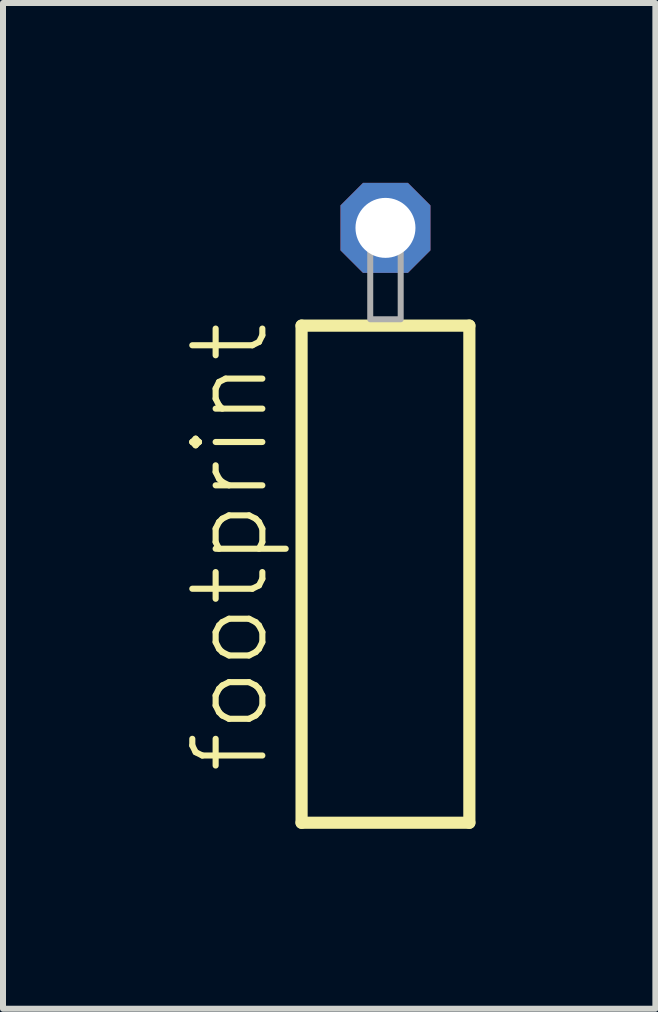
<source format=kicad_pcb>
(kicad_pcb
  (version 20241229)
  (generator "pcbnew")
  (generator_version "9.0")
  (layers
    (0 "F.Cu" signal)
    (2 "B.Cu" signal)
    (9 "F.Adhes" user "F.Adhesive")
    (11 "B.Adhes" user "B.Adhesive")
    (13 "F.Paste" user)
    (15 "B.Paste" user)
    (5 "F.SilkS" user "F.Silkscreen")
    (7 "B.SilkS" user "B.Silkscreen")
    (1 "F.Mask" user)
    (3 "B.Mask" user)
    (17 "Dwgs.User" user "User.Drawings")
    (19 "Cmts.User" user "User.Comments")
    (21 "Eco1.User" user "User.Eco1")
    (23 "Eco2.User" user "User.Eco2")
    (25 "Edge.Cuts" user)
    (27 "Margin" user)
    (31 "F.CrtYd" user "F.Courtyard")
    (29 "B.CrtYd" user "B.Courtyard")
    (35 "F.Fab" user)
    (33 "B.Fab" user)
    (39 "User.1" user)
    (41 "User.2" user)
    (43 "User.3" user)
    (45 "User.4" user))
  (footprint "footprint"
    (layer "F.Cu")
    (at 3.378 2.274)
    (property "Reference" "footprint" (at -1.905 7.62 90) (layer "F.SilkS") (effects (font (size 1.168 1.168) (thickness 0.102)) (justify left bottom)))
    (fp_line (start -1.399 0.106) (end -1.399 8.396) (stroke (width 0.203) (type solid)) (layer "F.SilkS"))
    (fp_line (start -1.399 8.396) (end 1.399 8.396) (stroke (width 0.203) (type solid)) (layer "F.SilkS"))
    (fp_line (start 1.399 0.106) (end -1.399 0.106) (stroke (width 0.203) (type solid)) (layer "F.SilkS"))
    (fp_line (start 1.399 8.396) (end 1.399 0.106) (stroke (width 0.203) (type solid)) (layer "F.SilkS"))
    (fp_poly (pts (xy -0.254 0) (xy 0.254 0) (xy 0.254 -1.778) (xy -0.254 -1.778)) (stroke (width 0.1) (type solid)) (fill no) (layer "F.Fab"))
    (pad "1" thru_hole roundrect (at 0 -1.524) (size 1.5 1.5) (drill 1) (layers "*.Cu" "*.Mask") (roundrect_rratio 0.25) (chamfer_ratio 0.25) (chamfer top_left top_right bottom_left bottom_right)))
  (gr_rect
    (start -3 -3)
    (end 7.879 13.772)
    (stroke (width 0.1) (type default))
    (fill no)
    (layer "Edge.Cuts")))
</source>
